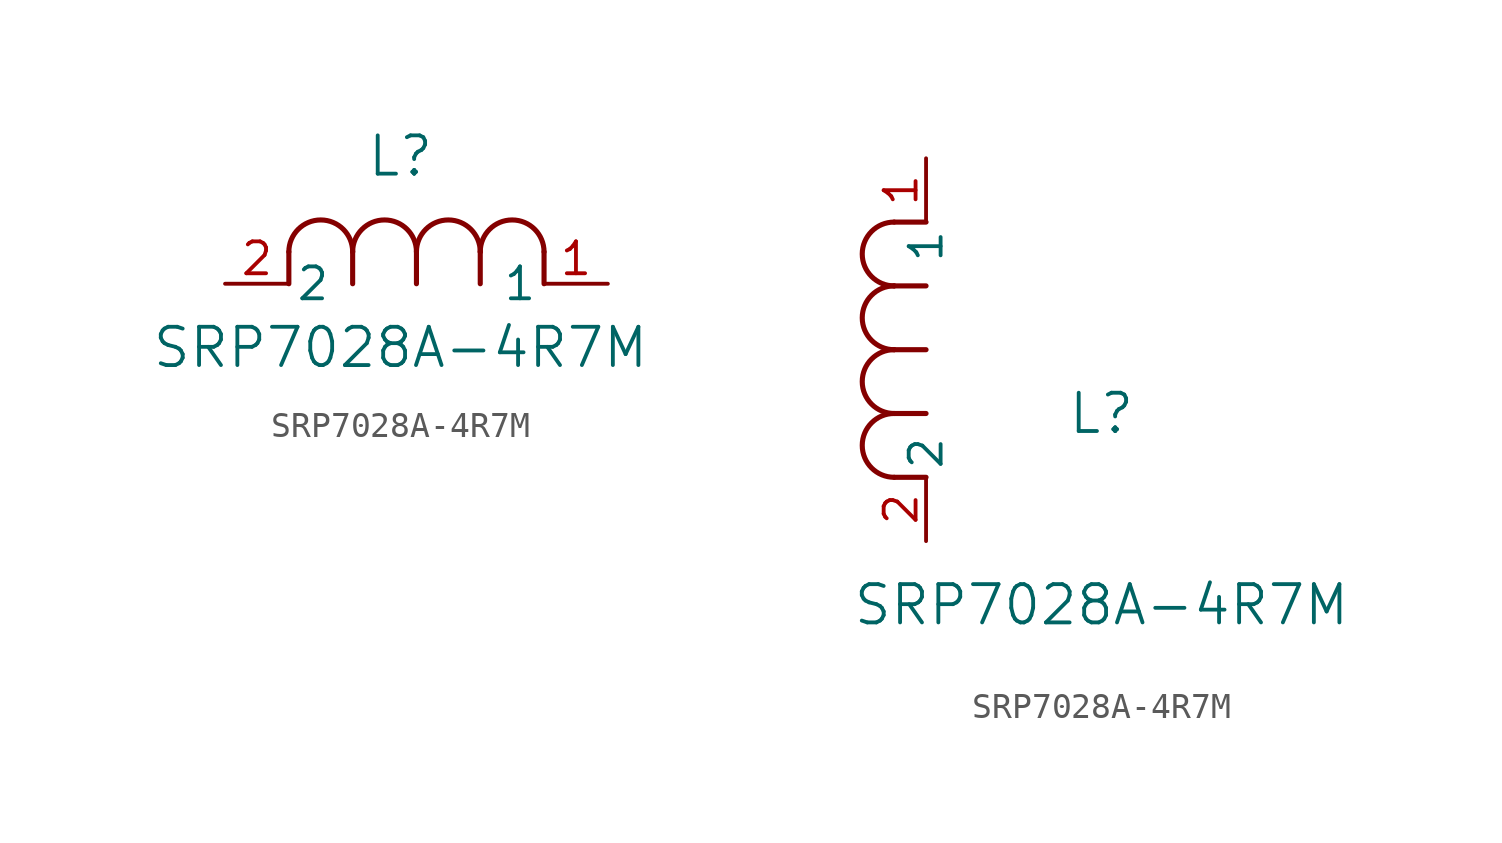
<source format=kicad_sym>
(kicad_symbol_lib
  (version 20211014)
  (generator kicad_symbol_editor)
  (symbol "SRP7028A-4R7M"
    (pin_names
      (offset 0.254))
    (property "Reference" "L"
      (at 6.985 5.08 0)
      (effects (font (size 1.524 1.524))))
    (property "Value" "SRP7028A-4R7M"
      (at 6.985 -2.54 0)
      (effects (font (size 1.524 1.524))))
    (symbol "SRP7028A-4R7M_1_1"
      (arc (start 7.62 1.27) (mid 6.35 2.54) (end 5.08 1.27) (stroke (width 0.2032) (type default) (color 0 0 0 0)) (fill (type none)))
      (polyline (pts (xy 5.08 0) (xy 5.08 1.27)) (stroke (width 0.203) (type default) (color 0 0 0 0)) (fill (type none)))
      (polyline (pts (xy 7.62 0) (xy 7.62 1.27)) (stroke (width 0.203) (type default) (color 0 0 0 0)) (fill (type none)))
      (polyline (pts (xy 12.7 0) (xy 12.7 1.27)) (stroke (width 0.203) (type default) (color 0 0 0 0)) (fill (type none)))
      (arc (start 5.08 1.27) (mid 3.81 2.54) (end 2.54 1.27) (stroke (width 0.2032) (type default) (color 0 0 0 0)) (fill (type none)))
      (arc (start 10.16 1.27) (mid 8.89 2.54) (end 7.62 1.27) (stroke (width 0.2032) (type default) (color 0 0 0 0)) (fill (type none)))
      (arc (start 12.7 1.27) (mid 11.43 2.54) (end 10.16 1.27) (stroke (width 0.2032) (type default) (color 0 0 0 0)) (fill (type none)))
      (polyline (pts (xy 2.54 0) (xy 2.54 1.27)) (stroke (width 0.203) (type default) (color 0 0 0 0)) (fill (type none)))
      (polyline (pts (xy 10.16 0) (xy 10.16 1.27)) (stroke (width 0.203) (type default) (color 0 0 0 0)) (fill (type none)))
      (pin unspecified line (at 0 0 0) (length 2.54) (name "2" (effects (font (size 1.27 1.27)))) (number "2" (effects (font (size 1.27 1.27)))))
      (pin unspecified line (at 15.24 0 180) (length 2.54) (name "1" (effects (font (size 1.27 1.27)))) (number "1" (effects (font (size 1.27 1.27))))))
    (symbol "SRP7028A-4R7M_1_2"
      (arc (start -1.27 7.62) (mid -2.54 6.35) (end -1.27 5.08) (stroke (width 0.2032) (type default) (color 0 0 0 0)) (fill (type none)))
      (arc (start -1.27 5.08) (mid -2.54 3.81) (end -1.27 2.54) (stroke (width 0.2032) (type default) (color 0 0 0 0)) (fill (type none)))
      (arc (start -1.27 12.7) (mid -2.54 11.43) (end -1.27 10.16) (stroke (width 0.2032) (type default) (color 0 0 0 0)) (fill (type none)))
      (arc (start -1.27 10.16) (mid -2.54 8.89) (end -1.27 7.62) (stroke (width 0.2032) (type default) (color 0 0 0 0)) (fill (type none)))
      (polyline (pts (xy 0 7.62) (xy -1.27 7.62)) (stroke (width 0.203) (type default) (color 0 0 0 0)) (fill (type none)))
      (polyline (pts (xy 0 5.08) (xy -1.27 5.08)) (stroke (width 0.203) (type default) (color 0 0 0 0)) (fill (type none)))
      (polyline (pts (xy 0 12.7) (xy -1.27 12.7)) (stroke (width 0.203) (type default) (color 0 0 0 0)) (fill (type none)))
      (polyline (pts (xy 0 2.54) (xy -1.27 2.54)) (stroke (width 0.203) (type default) (color 0 0 0 0)) (fill (type none)))
      (polyline (pts (xy 0 10.16) (xy -1.27 10.16)) (stroke (width 0.203) (type default) (color 0 0 0 0)) (fill (type none)))
      (pin unspecified line (at 0 0 90) (length 2.54) (name "2" (effects (font (size 1.27 1.27)))) (number "2" (effects (font (size 1.27 1.27)))))
      (pin unspecified line (at 0 15.24 270) (length 2.54) (name "1" (effects (font (size 1.27 1.27)))) (number "1" (effects (font (size 1.27 1.27))))))))
</source>
